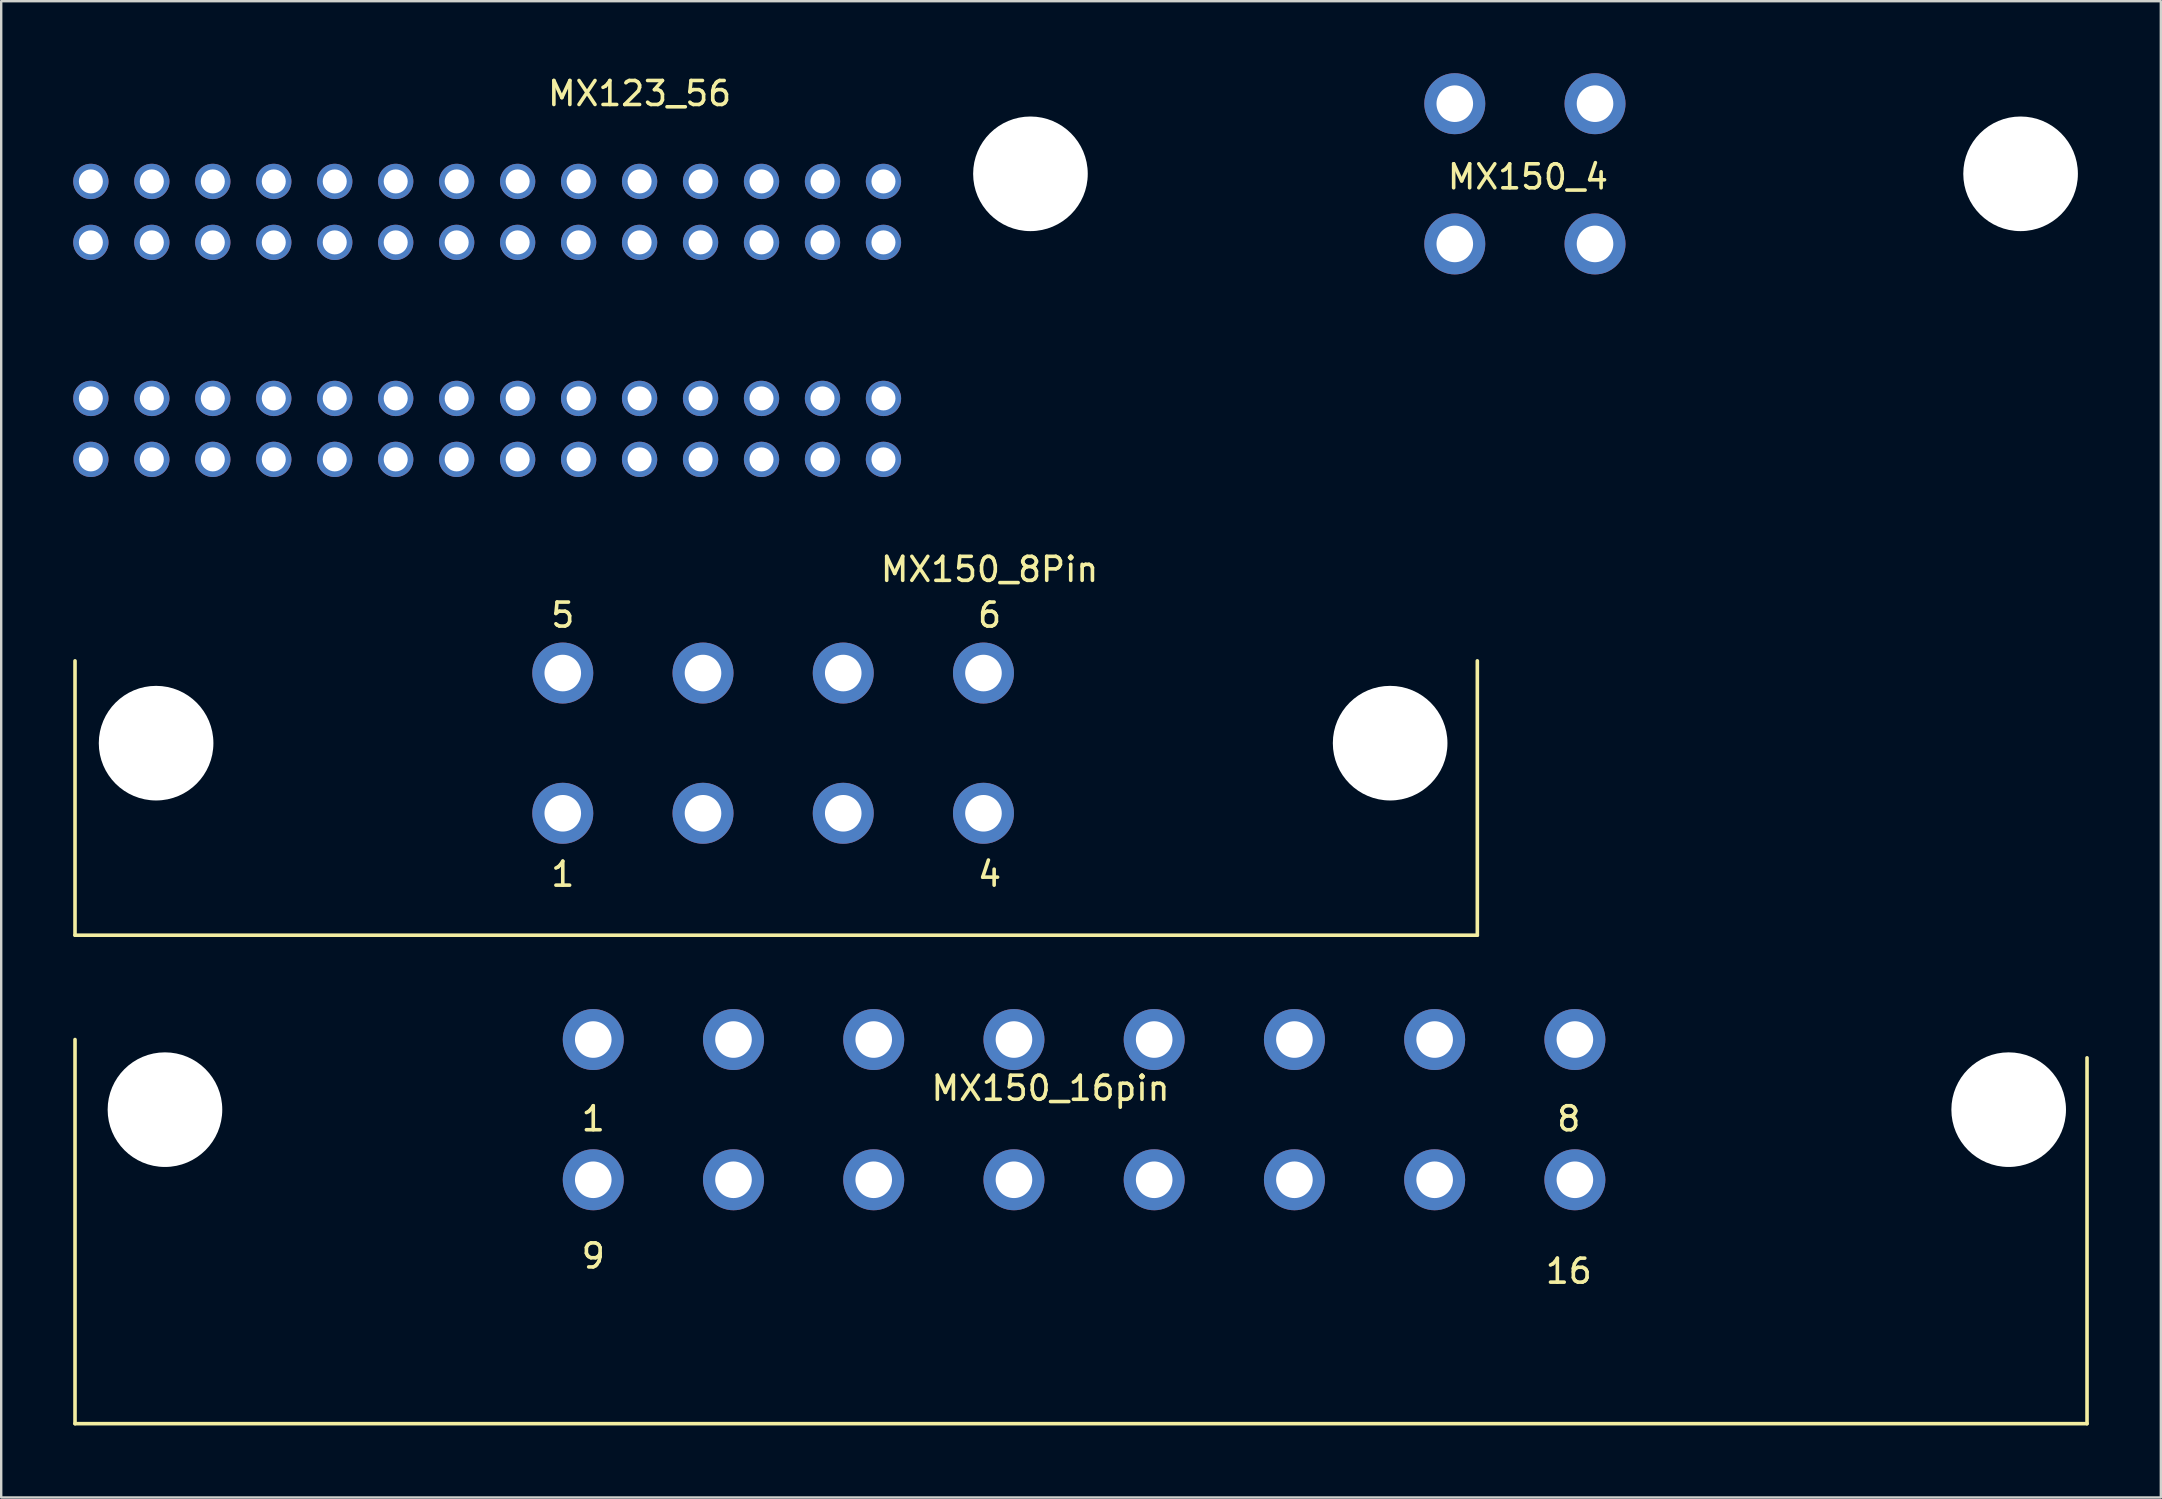
<source format=kicad_pcb>
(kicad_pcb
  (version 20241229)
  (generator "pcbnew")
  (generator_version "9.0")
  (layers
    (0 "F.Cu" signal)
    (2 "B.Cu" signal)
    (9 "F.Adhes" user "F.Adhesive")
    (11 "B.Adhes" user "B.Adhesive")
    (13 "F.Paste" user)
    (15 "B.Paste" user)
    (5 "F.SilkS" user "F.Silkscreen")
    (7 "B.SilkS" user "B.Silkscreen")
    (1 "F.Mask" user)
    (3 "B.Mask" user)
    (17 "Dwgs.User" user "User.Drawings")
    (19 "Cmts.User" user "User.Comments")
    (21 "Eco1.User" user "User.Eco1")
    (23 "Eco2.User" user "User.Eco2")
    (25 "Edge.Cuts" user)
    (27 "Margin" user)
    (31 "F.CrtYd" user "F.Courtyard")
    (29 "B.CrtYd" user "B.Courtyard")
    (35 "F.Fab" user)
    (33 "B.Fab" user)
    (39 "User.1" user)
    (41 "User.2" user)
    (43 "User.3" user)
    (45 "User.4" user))
  (footprint "MX150_8Pin"
    (layer "F.Cu")
    (at 20.395 30.831)
    (property "Reference" "MX150_8Pin" (at 17.78 -10.16 0) (layer "F.SilkS") (effects (font (size 1 1) (thickness 0.15))))
    (attr through_hole)
    (fp_line (start -20.32 -6.35) (end -20.32 5.08) (stroke (width 0.15) (type solid)) (layer "F.SilkS"))
    (fp_line (start -20.32 5.08) (end 38.1 5.08) (stroke (width 0.15) (type solid)) (layer "F.SilkS"))
    (fp_line (start 38.1 5.08) (end 38.1 -6.35) (stroke (width 0.15) (type solid)) (layer "F.SilkS"))
    (fp_text user "6" (at 17.78 -8.255 0) (layer "F.SilkS") (effects (font (size 1 1) (thickness 0.15))))
    (fp_text user "4" (at 17.78 2.54 0) (layer "F.SilkS") (effects (font (size 1 1) (thickness 0.15))))
    (fp_text user "1" (at 0 2.54 0) (layer "F.SilkS") (effects (font (size 1 1) (thickness 0.15))))
    (fp_text user "5" (at 0 -8.255 0) (layer "F.SilkS") (effects (font (size 1 1) (thickness 0.15))))
    (pad "" np_thru_hole circle (at -16.942 -2.921) (size 4.775 4.775) (drill 4.775) (layers "*.Cu" "*.Mask"))
    (pad "" np_thru_hole circle (at 34.468 -2.921) (size 4.775 4.775) (drill 4.775) (layers "*.Cu" "*.Mask"))
    (pad "1" thru_hole circle (at 0 0) (size 2.54 2.54) (drill 1.524) (layers "*.Cu" "*.Mask"))
    (pad "2" thru_hole circle (at 5.842 0) (size 2.54 2.54) (drill 1.524) (layers "*.Cu" "*.Mask"))
    (pad "3" thru_hole circle (at 11.684 0) (size 2.54 2.54) (drill 1.524) (layers "*.Cu" "*.Mask"))
    (pad "4" thru_hole circle (at 17.526 0) (size 2.54 2.54) (drill 1.524) (layers "*.Cu" "*.Mask"))
    (pad "5" thru_hole circle (at 0 -5.842) (size 2.54 2.54) (drill 1.524) (layers "*.Cu" "*.Mask"))
    (pad "6" thru_hole circle (at 5.842 -5.842) (size 2.54 2.54) (drill 1.524) (layers "*.Cu" "*.Mask"))
    (pad "7" thru_hole circle (at 11.684 -5.842) (size 2.54 2.54) (drill 1.524) (layers "*.Cu" "*.Mask"))
    (pad "8" thru_hole circle (at 17.526 -5.842) (size 2.54 2.54) (drill 1.524) (layers "*.Cu" "*.Mask")))
  (footprint "MX123_56"
    (layer "F.Cu")
    (at 0.735 16.088)
    (property "Reference" "MX123_56" (at 22.86 -15.24 0) (layer "F.SilkS") (effects (font (size 1 1) (thickness 0.15))))
    (attr through_hole)
    (pad "1" thru_hole circle (at 0 0) (size 1.47 1.47) (drill 1) (layers "*.Cu" "*.Mask"))
    (pad "2" thru_hole circle (at 2.54 0) (size 1.47 1.47) (drill 1) (layers "*.Cu" "*.Mask"))
    (pad "3" thru_hole circle (at 5.08 0) (size 1.47 1.47) (drill 1) (layers "*.Cu" "*.Mask"))
    (pad "4" thru_hole circle (at 7.62 0) (size 1.47 1.47) (drill 1) (layers "*.Cu" "*.Mask"))
    (pad "5" thru_hole circle (at 10.16 0) (size 1.47 1.47) (drill 1) (layers "*.Cu" "*.Mask"))
    (pad "6" thru_hole circle (at 12.7 0) (size 1.47 1.47) (drill 1) (layers "*.Cu" "*.Mask"))
    (pad "7" thru_hole circle (at 15.24 0) (size 1.47 1.47) (drill 1) (layers "*.Cu" "*.Mask"))
    (pad "8" thru_hole circle (at 17.78 0) (size 1.47 1.47) (drill 1) (layers "*.Cu" "*.Mask"))
    (pad "9" thru_hole circle (at 20.32 0) (size 1.47 1.47) (drill 1) (layers "*.Cu" "*.Mask"))
    (pad "10" thru_hole circle (at 22.86 0) (size 1.47 1.47) (drill 1) (layers "*.Cu" "*.Mask"))
    (pad "11" thru_hole circle (at 25.4 0) (size 1.47 1.47) (drill 1) (layers "*.Cu" "*.Mask"))
    (pad "12" thru_hole circle (at 27.94 0) (size 1.47 1.47) (drill 1) (layers "*.Cu" "*.Mask"))
    (pad "13" thru_hole circle (at 30.48 0) (size 1.47 1.47) (drill 1) (layers "*.Cu" "*.Mask"))
    (pad "14" thru_hole circle (at 33.02 0) (size 1.47 1.47) (drill 1) (layers "*.Cu" "*.Mask"))
    (pad "15" thru_hole circle (at 0 -2.54) (size 1.47 1.47) (drill 1) (layers "*.Cu" "*.Mask"))
    (pad "16" thru_hole circle (at 2.54 -2.54) (size 1.47 1.47) (drill 1) (layers "*.Cu" "*.Mask"))
    (pad "17" thru_hole circle (at 5.08 -2.54) (size 1.47 1.47) (drill 1) (layers "*.Cu" "*.Mask"))
    (pad "18" thru_hole circle (at 7.62 -2.54) (size 1.47 1.47) (drill 1) (layers "*.Cu" "*.Mask"))
    (pad "19" thru_hole circle (at 10.16 -2.54) (size 1.47 1.47) (drill 1) (layers "*.Cu" "*.Mask"))
    (pad "20" thru_hole circle (at 12.7 -2.54) (size 1.47 1.47) (drill 1) (layers "*.Cu" "*.Mask"))
    (pad "21" thru_hole circle (at 15.24 -2.54) (size 1.47 1.47) (drill 1) (layers "*.Cu" "*.Mask"))
    (pad "22" thru_hole circle (at 17.78 -2.54) (size 1.47 1.47) (drill 1) (layers "*.Cu" "*.Mask"))
    (pad "23" thru_hole circle (at 20.32 -2.54) (size 1.47 1.47) (drill 1) (layers "*.Cu" "*.Mask"))
    (pad "24" thru_hole circle (at 22.86 -2.54) (size 1.47 1.47) (drill 1) (layers "*.Cu" "*.Mask"))
    (pad "25" thru_hole circle (at 25.4 -2.54) (size 1.47 1.47) (drill 1) (layers "*.Cu" "*.Mask"))
    (pad "26" thru_hole circle (at 27.94 -2.54) (size 1.47 1.47) (drill 1) (layers "*.Cu" "*.Mask"))
    (pad "27" thru_hole circle (at 30.48 -2.54) (size 1.47 1.47) (drill 1) (layers "*.Cu" "*.Mask"))
    (pad "28" thru_hole circle (at 33.02 -2.54) (size 1.47 1.47) (drill 1) (layers "*.Cu" "*.Mask"))
    (pad "29" thru_hole circle (at 0 -9.04) (size 1.47 1.47) (drill 1) (layers "*.Cu" "*.Mask"))
    (pad "30" thru_hole circle (at 2.54 -9.04) (size 1.47 1.47) (drill 1) (layers "*.Cu" "*.Mask"))
    (pad "31" thru_hole circle (at 5.08 -9.04) (size 1.47 1.47) (drill 1) (layers "*.Cu" "*.Mask"))
    (pad "32" thru_hole circle (at 7.62 -9.04) (size 1.47 1.47) (drill 1) (layers "*.Cu" "*.Mask"))
    (pad "33" thru_hole circle (at 10.16 -9.04) (size 1.47 1.47) (drill 1) (layers "*.Cu" "*.Mask"))
    (pad "34" thru_hole circle (at 12.7 -9.04) (size 1.47 1.47) (drill 1) (layers "*.Cu" "*.Mask"))
    (pad "35" thru_hole circle (at 15.24 -9.04) (size 1.47 1.47) (drill 1) (layers "*.Cu" "*.Mask"))
    (pad "36" thru_hole circle (at 17.78 -9.04) (size 1.47 1.47) (drill 1) (layers "*.Cu" "*.Mask"))
    (pad "37" thru_hole circle (at 20.32 -9.04) (size 1.47 1.47) (drill 1) (layers "*.Cu" "*.Mask"))
    (pad "38" thru_hole circle (at 22.86 -9.04) (size 1.47 1.47) (drill 1) (layers "*.Cu" "*.Mask"))
    (pad "39" thru_hole circle (at 25.4 -9.04) (size 1.47 1.47) (drill 1) (layers "*.Cu" "*.Mask"))
    (pad "40" thru_hole circle (at 27.94 -9.04) (size 1.47 1.47) (drill 1) (layers "*.Cu" "*.Mask"))
    (pad "41" thru_hole circle (at 30.48 -9.04) (size 1.47 1.47) (drill 1) (layers "*.Cu" "*.Mask"))
    (pad "42" thru_hole circle (at 33.02 -9.04) (size 1.47 1.47) (drill 1) (layers "*.Cu" "*.Mask"))
    (pad "43" thru_hole circle (at 0 -11.58) (size 1.47 1.47) (drill 1) (layers "*.Cu" "*.Mask"))
    (pad "44" thru_hole circle (at 2.54 -11.58) (size 1.47 1.47) (drill 1) (layers "*.Cu" "*.Mask"))
    (pad "45" thru_hole circle (at 5.08 -11.58) (size 1.47 1.47) (drill 1) (layers "*.Cu" "*.Mask"))
    (pad "46" thru_hole circle (at 7.62 -11.58) (size 1.47 1.47) (drill 1) (layers "*.Cu" "*.Mask"))
    (pad "47" thru_hole circle (at 10.16 -11.58) (size 1.47 1.47) (drill 1) (layers "*.Cu" "*.Mask"))
    (pad "48" thru_hole circle (at 12.7 -11.58) (size 1.47 1.47) (drill 1) (layers "*.Cu" "*.Mask"))
    (pad "49" thru_hole circle (at 15.24 -11.58) (size 1.47 1.47) (drill 1) (layers "*.Cu" "*.Mask"))
    (pad "50" thru_hole circle (at 17.78 -11.58) (size 1.47 1.47) (drill 1) (layers "*.Cu" "*.Mask"))
    (pad "51" thru_hole circle (at 20.32 -11.58) (size 1.47 1.47) (drill 1) (layers "*.Cu" "*.Mask"))
    (pad "52" thru_hole circle (at 22.86 -11.58) (size 1.47 1.47) (drill 1) (layers "*.Cu" "*.Mask"))
    (pad "53" thru_hole circle (at 25.4 -11.58) (size 1.47 1.47) (drill 1) (layers "*.Cu" "*.Mask"))
    (pad "54" thru_hole circle (at 27.94 -11.58) (size 1.47 1.47) (drill 1) (layers "*.Cu" "*.Mask"))
    (pad "55" thru_hole circle (at 30.48 -11.58) (size 1.47 1.47) (drill 1) (layers "*.Cu" "*.Mask"))
    (pad "56" thru_hole circle (at 33.02 -11.58) (size 1.47 1.47) (drill 1) (layers "*.Cu" "*.Mask")))
  (footprint "MX150_4"
    (layer "F.Cu")
    (at 57.556 1.27)
    (property "Reference" "MX150_4" (at 3.048 3.048 0) (layer "F.SilkS") (effects (font (size 1 1) (thickness 0.15))))
    (attr through_hole)
    (pad "" np_thru_hole circle (at -17.678 2.921) (size 4.775 4.775) (drill 4.775) (layers "*.Cu" "*.Mask"))
    (pad "" np_thru_hole circle (at 23.571 2.921) (size 4.775 4.775) (drill 4.775) (layers "*.Cu" "*.Mask"))
    (pad "1" thru_hole circle (at 0 0) (size 2.54 2.54) (drill 1.524) (layers "*.Cu" "*.Mask"))
    (pad "2" thru_hole circle (at 5.842 0) (size 2.54 2.54) (drill 1.524) (layers "*.Cu" "*.Mask"))
    (pad "3" thru_hole circle (at 0 5.842) (size 2.54 2.54) (drill 1.524) (layers "*.Cu" "*.Mask"))
    (pad "4" thru_hole circle (at 5.842 5.842) (size 2.54 2.54) (drill 1.524) (layers "*.Cu" "*.Mask")))
  (footprint "MX150_16pin"
    (layer "F.Cu")
    (at 21.665 46.099)
    (property "Reference" "MX150_16pin" (at 19.05 -3.81 0) (layer "F.SilkS") (effects (font (size 1 1) (thickness 0.15))))
    (attr through_hole)
    (fp_line (start -21.59 10.16) (end -21.59 -5.842) (stroke (width 0.15) (type solid)) (layer "F.SilkS"))
    (fp_line (start 62.23 10.16) (end -21.59 10.16) (stroke (width 0.15) (type solid)) (layer "F.SilkS"))
    (fp_line (start 62.23 10.16) (end 62.23 -5.08) (stroke (width 0.15) (type solid)) (layer "F.SilkS"))
    (fp_text user "8" (at 40.64 -2.54 0) (layer "F.SilkS") (effects (font (size 1 1) (thickness 0.15))))
    (fp_text user "9" (at 0 3.175 0) (layer "F.SilkS") (effects (font (size 1 1) (thickness 0.15))))
    (fp_text user "16" (at 40.64 3.81 0) (layer "F.SilkS") (effects (font (size 1 1) (thickness 0.15))))
    (fp_text user "1" (at 0 -2.54 0) (layer "F.SilkS") (effects (font (size 1 1) (thickness 0.15))))
    (pad "" np_thru_hole circle (at -17.843 -2.921) (size 4.775 4.775) (drill 4.775) (layers "*.Cu" "*.Mask"))
    (pad "" np_thru_hole circle (at 58.966 -2.921) (size 4.775 4.775) (drill 4.775) (layers "*.Cu" "*.Mask"))
    (pad "1" thru_hole circle (at 0 0) (size 2.54 2.54) (drill 1.524) (layers "*.Cu" "*.Mask"))
    (pad "2" thru_hole circle (at 5.842 0) (size 2.54 2.54) (drill 1.524) (layers "*.Cu" "*.Mask"))
    (pad "3" thru_hole circle (at 11.684 0) (size 2.54 2.54) (drill 1.524) (layers "*.Cu" "*.Mask"))
    (pad "4" thru_hole circle (at 17.526 0) (size 2.54 2.54) (drill 1.524) (layers "*.Cu" "*.Mask"))
    (pad "5" thru_hole circle (at 23.368 0) (size 2.54 2.54) (drill 1.524) (layers "*.Cu" "*.Mask"))
    (pad "6" thru_hole circle (at 29.21 0) (size 2.54 2.54) (drill 1.524) (layers "*.Cu" "*.Mask"))
    (pad "7" thru_hole circle (at 35.052 0) (size 2.54 2.54) (drill 1.524) (layers "*.Cu" "*.Mask"))
    (pad "8" thru_hole circle (at 40.894 0) (size 2.54 2.54) (drill 1.524) (layers "*.Cu" "*.Mask"))
    (pad "9" thru_hole circle (at 0 -5.842) (size 2.54 2.54) (drill 1.524) (layers "*.Cu" "*.Mask"))
    (pad "10" thru_hole circle (at 5.842 -5.842) (size 2.54 2.54) (drill 1.524) (layers "*.Cu" "*.Mask"))
    (pad "11" thru_hole circle (at 11.684 -5.842) (size 2.54 2.54) (drill 1.524) (layers "*.Cu" "*.Mask"))
    (pad "12" thru_hole circle (at 17.526 -5.842) (size 2.54 2.54) (drill 1.524) (layers "*.Cu" "*.Mask"))
    (pad "13" thru_hole circle (at 23.368 -5.842) (size 2.54 2.54) (drill 1.524) (layers "*.Cu" "*.Mask"))
    (pad "14" thru_hole circle (at 29.21 -5.842) (size 2.54 2.54) (drill 1.524) (layers "*.Cu" "*.Mask"))
    (pad "15" thru_hole circle (at 35.052 -5.842) (size 2.54 2.54) (drill 1.524) (layers "*.Cu" "*.Mask"))
    (pad "16" thru_hole circle (at 40.894 -5.842) (size 2.54 2.54) (drill 1.524) (layers "*.Cu" "*.Mask")))
  (gr_rect
    (start -3 -3)
    (end 86.97 59.334)
    (stroke (width 0.1) (type default))
    (fill no)
    (layer "Edge.Cuts")))
</source>
